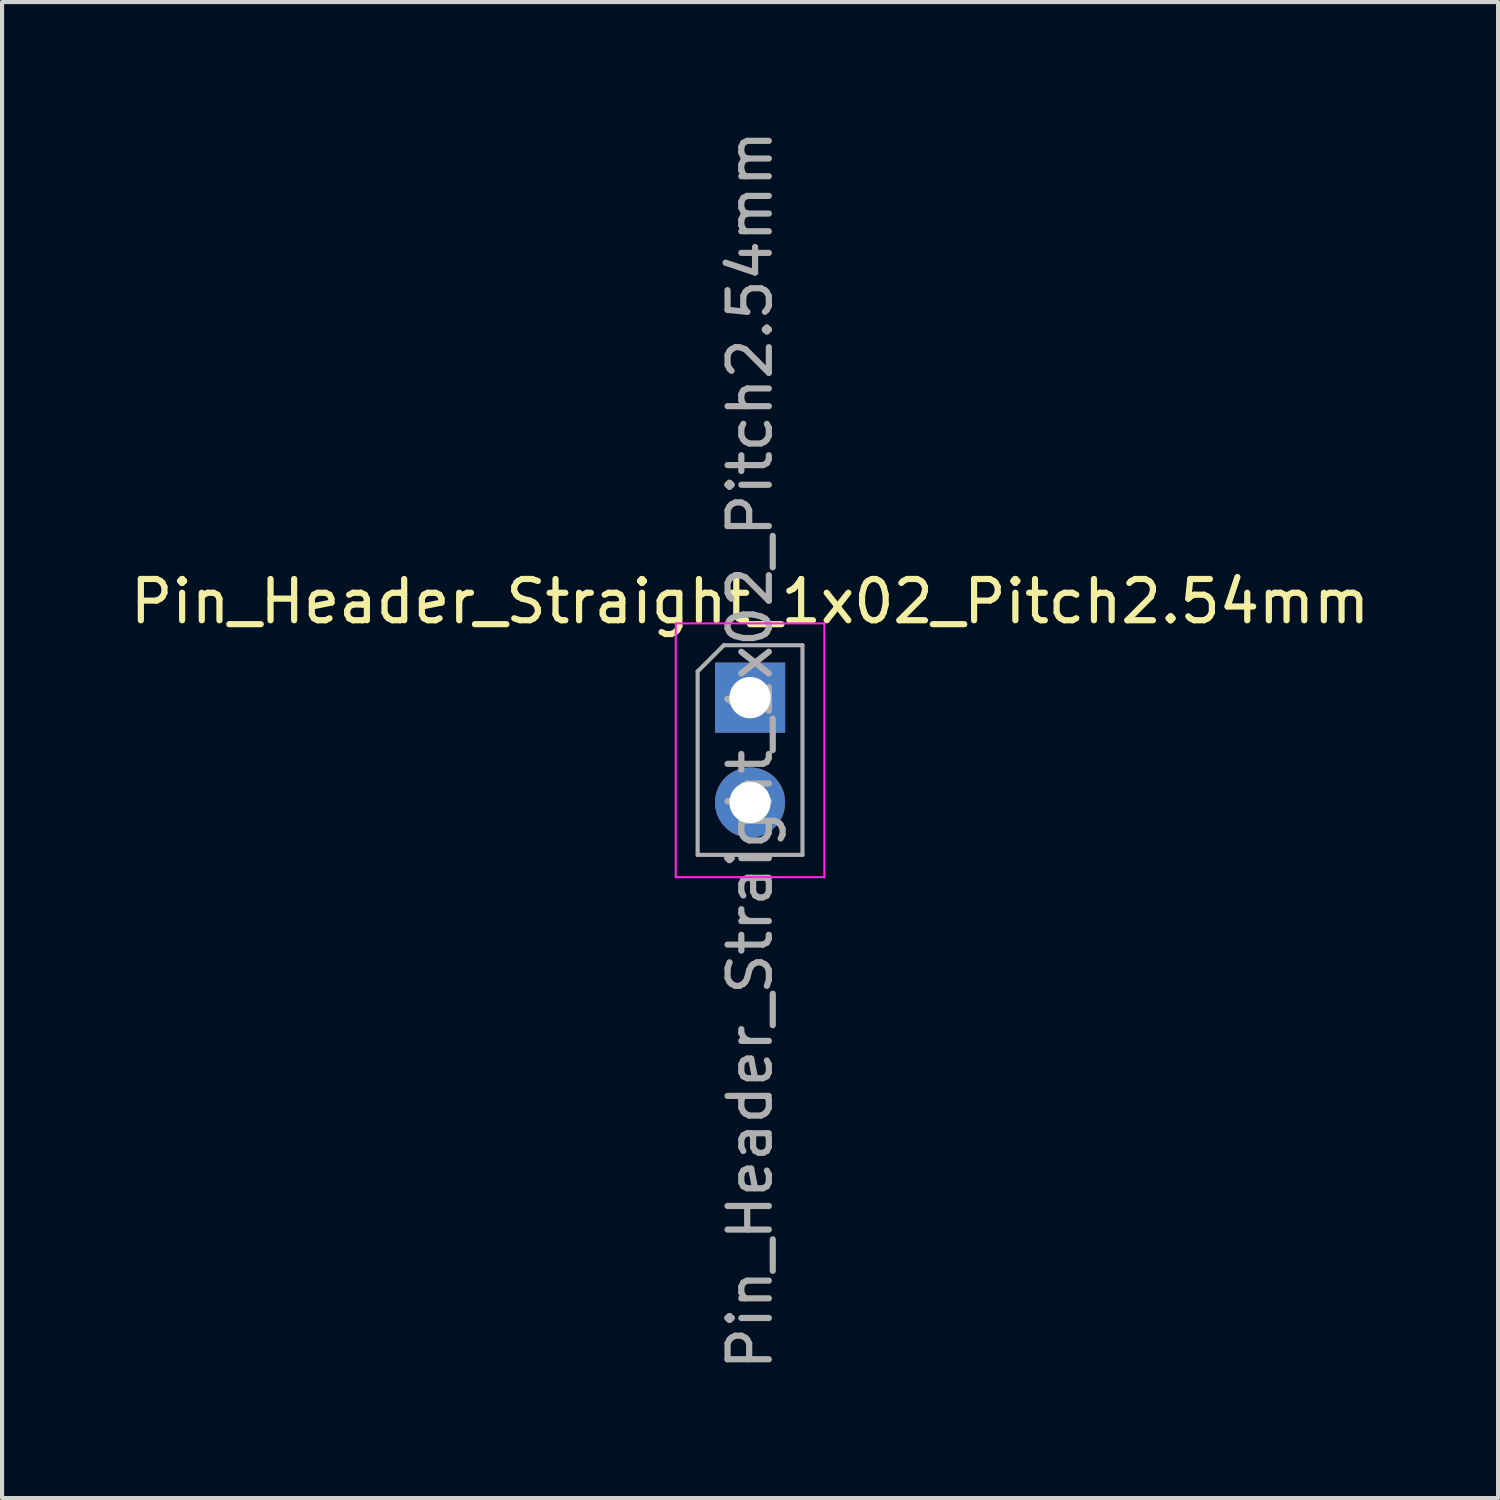
<source format=kicad_pcb>
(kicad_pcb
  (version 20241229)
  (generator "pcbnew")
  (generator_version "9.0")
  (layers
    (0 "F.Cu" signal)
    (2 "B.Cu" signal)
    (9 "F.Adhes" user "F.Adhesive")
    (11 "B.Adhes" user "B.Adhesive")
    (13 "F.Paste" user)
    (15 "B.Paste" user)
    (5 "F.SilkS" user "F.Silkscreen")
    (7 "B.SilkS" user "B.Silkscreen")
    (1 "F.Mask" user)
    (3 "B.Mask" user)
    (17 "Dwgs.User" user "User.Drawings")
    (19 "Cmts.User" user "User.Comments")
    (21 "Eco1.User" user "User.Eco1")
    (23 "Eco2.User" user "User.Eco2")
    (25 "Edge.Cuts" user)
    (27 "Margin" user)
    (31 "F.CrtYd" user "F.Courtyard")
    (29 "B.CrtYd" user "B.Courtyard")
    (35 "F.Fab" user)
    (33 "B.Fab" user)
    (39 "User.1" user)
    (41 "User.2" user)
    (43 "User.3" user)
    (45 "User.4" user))
  (footprint "Pin_Header_Straight_1x02_Pitch2.54mm"
    (layer "F.Cu")
    (at 15.125 13.855)
    (property "Reference" "Pin_Header_Straight_1x02_Pitch2.54mm" (at 0 -2.33 0) (layer "F.SilkS") (effects (font (size 1 1) (thickness 0.15))))
    (attr through_hole)
    (fp_line (start -1.8 -1.8) (end -1.8 4.35) (stroke (width 0.05) (type solid)) (layer "F.CrtYd"))
    (fp_line (start -1.8 4.35) (end 1.8 4.35) (stroke (width 0.05) (type solid)) (layer "F.CrtYd"))
    (fp_line (start 1.8 -1.8) (end -1.8 -1.8) (stroke (width 0.05) (type solid)) (layer "F.CrtYd"))
    (fp_line (start 1.8 4.35) (end 1.8 -1.8) (stroke (width 0.05) (type solid)) (layer "F.CrtYd"))
    (fp_line (start -1.27 -0.635) (end -0.635 -1.27) (stroke (width 0.1) (type solid)) (layer "F.Fab"))
    (fp_line (start -1.27 3.81) (end -1.27 -0.635) (stroke (width 0.1) (type solid)) (layer "F.Fab"))
    (fp_line (start -0.635 -1.27) (end 1.27 -1.27) (stroke (width 0.1) (type solid)) (layer "F.Fab"))
    (fp_line (start 1.27 -1.27) (end 1.27 3.81) (stroke (width 0.1) (type solid)) (layer "F.Fab"))
    (fp_line (start 1.27 3.81) (end -1.27 3.81) (stroke (width 0.1) (type solid)) (layer "F.Fab"))
    (fp_text user "${REFERENCE}" (at 0 1.27 90) (layer "F.Fab") (effects (font (size 1 1) (thickness 0.15))))
    (pad "1" thru_hole rect (at 0 0) (size 1.7 1.7) (drill 1) (layers "*.Cu" "*.Mask"))
    (pad "2" thru_hole oval (at 0 2.54) (size 1.7 1.7) (drill 1) (layers "*.Cu" "*.Mask")))
  (gr_rect
    (start -3 -3)
    (end 33.25 33.25)
    (stroke (width 0.1) (type default))
    (fill no)
    (layer "Edge.Cuts")))
</source>
